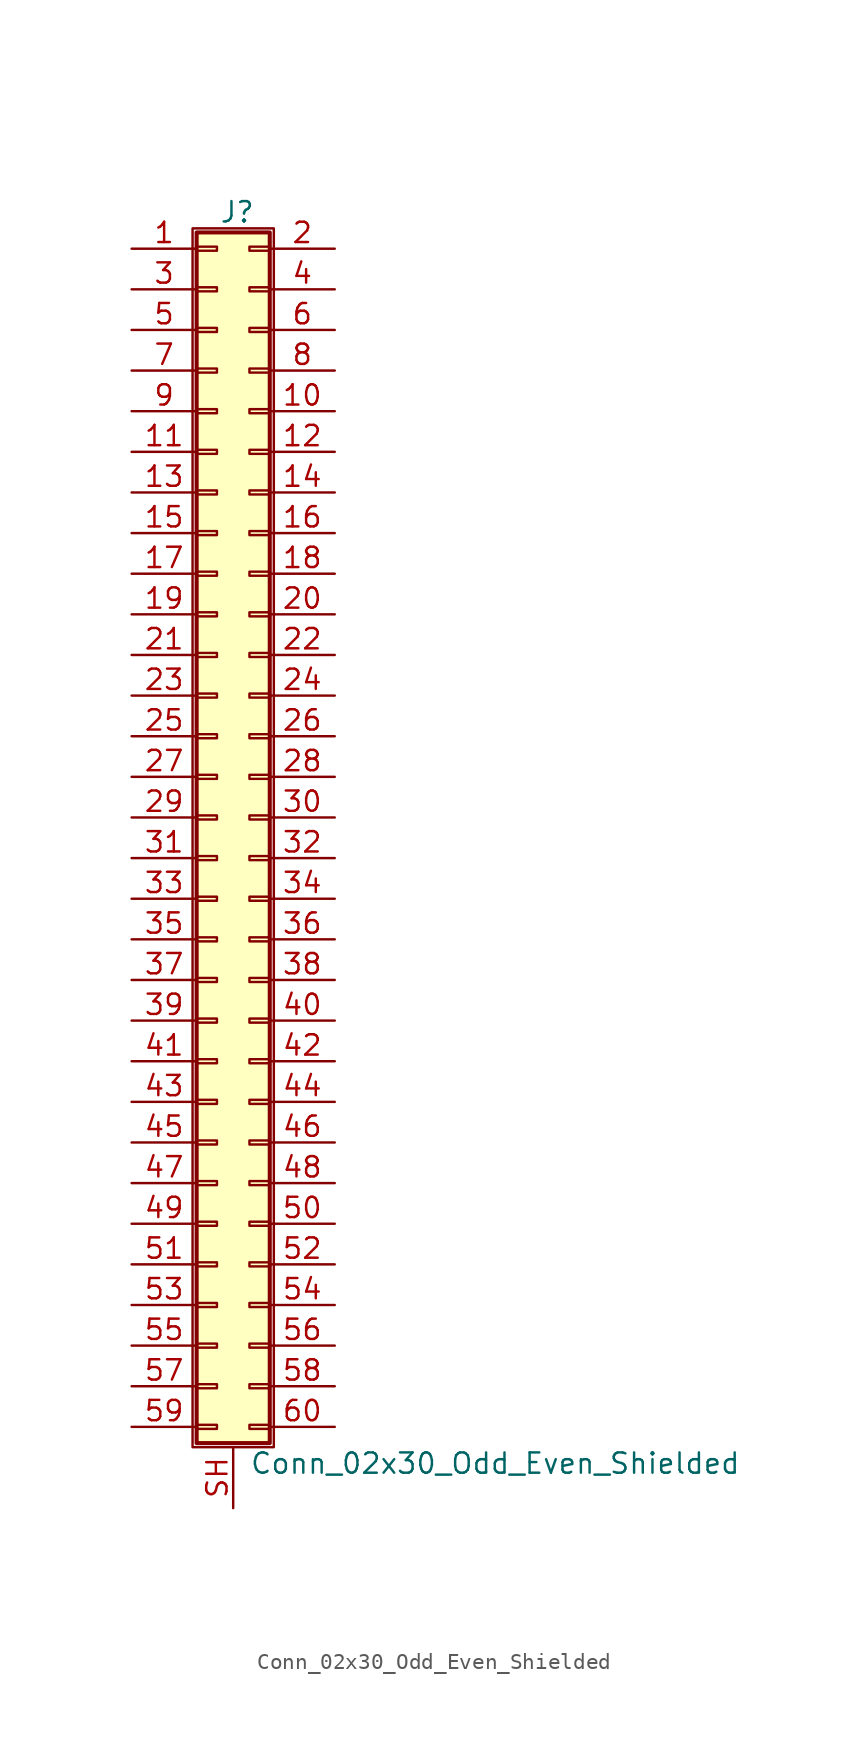
<source format=kicad_sym>
(kicad_symbol_lib
  (version 20201005)
  (generator kicad_symbol_editor)
  (symbol "Conn_02x30_Odd_Even_Shielded"
    (pin_names
      (offset 1.016) hide)
    (property "Reference" "J"
      (at 1.524 37.846 0)
      (effects (font (size 1.27 1.27))))
    (property "Value" "Conn_02x30_Odd_Even_Shielded"
      (at 2.286 -40.386 0)
      (effects (font (size 1.27 1.27)) (justify left)))
    (symbol "Conn_02x30_Odd_Even_Shielded_1_1"
      (rectangle (start -1.27 36.83) (end 3.81 -39.37) (stroke (width 0.152)) (fill (type none)))
      (rectangle (start -1.016 -37.973) (end 0.254 -38.227) (stroke (width 0.152)) (fill (type none)))
      (rectangle (start -1.016 -35.433) (end 0.254 -35.687) (stroke (width 0.152)) (fill (type none)))
      (rectangle (start -1.016 -32.893) (end 0.254 -33.147) (stroke (width 0.152)) (fill (type none)))
      (rectangle (start -1.016 -30.353) (end 0.254 -30.607) (stroke (width 0.152)) (fill (type none)))
      (rectangle (start -1.016 -27.813) (end 0.254 -28.067) (stroke (width 0.152)) (fill (type none)))
      (rectangle (start -1.016 -25.273) (end 0.254 -25.527) (stroke (width 0.152)) (fill (type none)))
      (rectangle (start -1.016 -22.733) (end 0.254 -22.987) (stroke (width 0.152)) (fill (type none)))
      (rectangle (start -1.016 -20.193) (end 0.254 -20.447) (stroke (width 0.152)) (fill (type none)))
      (rectangle (start -1.016 -17.653) (end 0.254 -17.907) (stroke (width 0.152)) (fill (type none)))
      (rectangle (start -1.016 -15.113) (end 0.254 -15.367) (stroke (width 0.152)) (fill (type none)))
      (rectangle (start -1.016 -12.573) (end 0.254 -12.827) (stroke (width 0.152)) (fill (type none)))
      (rectangle (start -1.016 -10.033) (end 0.254 -10.287) (stroke (width 0.152)) (fill (type none)))
      (rectangle (start -1.016 -7.493) (end 0.254 -7.747) (stroke (width 0.152)) (fill (type none)))
      (rectangle (start -1.016 -4.953) (end 0.254 -5.207) (stroke (width 0.152)) (fill (type none)))
      (rectangle (start -1.016 -2.413) (end 0.254 -2.667) (stroke (width 0.152)) (fill (type none)))
      (rectangle (start -1.016 0.127) (end 0.254 -0.127) (stroke (width 0.152)) (fill (type none)))
      (rectangle (start -1.016 2.667) (end 0.254 2.413) (stroke (width 0.152)) (fill (type none)))
      (rectangle (start -1.016 5.207) (end 0.254 4.953) (stroke (width 0.152)) (fill (type none)))
      (rectangle (start -1.016 7.747) (end 0.254 7.493) (stroke (width 0.152)) (fill (type none)))
      (rectangle (start -1.016 10.287) (end 0.254 10.033) (stroke (width 0.152)) (fill (type none)))
      (rectangle (start -1.016 12.827) (end 0.254 12.573) (stroke (width 0.152)) (fill (type none)))
      (rectangle (start -1.016 15.367) (end 0.254 15.113) (stroke (width 0.152)) (fill (type none)))
      (rectangle (start -1.016 17.907) (end 0.254 17.653) (stroke (width 0.152)) (fill (type none)))
      (rectangle (start -1.016 20.447) (end 0.254 20.193) (stroke (width 0.152)) (fill (type none)))
      (rectangle (start -1.016 22.987) (end 0.254 22.733) (stroke (width 0.152)) (fill (type none)))
      (rectangle (start -1.016 25.527) (end 0.254 25.273) (stroke (width 0.152)) (fill (type none)))
      (rectangle (start -1.016 28.067) (end 0.254 27.813) (stroke (width 0.152)) (fill (type none)))
      (rectangle (start -1.016 30.607) (end 0.254 30.353) (stroke (width 0.152)) (fill (type none)))
      (rectangle (start -1.016 33.147) (end 0.254 32.893) (stroke (width 0.152)) (fill (type none)))
      (rectangle (start -1.016 35.687) (end 0.254 35.433) (stroke (width 0.152)) (fill (type none)))
      (rectangle (start -1.016 36.576) (end 3.556 -39.116) (stroke (width 0.254)) (fill (type background)))
      (rectangle (start 3.556 -37.973) (end 2.286 -38.227) (stroke (width 0.152)) (fill (type none)))
      (rectangle (start 3.556 -35.433) (end 2.286 -35.687) (stroke (width 0.152)) (fill (type none)))
      (rectangle (start 3.556 -32.893) (end 2.286 -33.147) (stroke (width 0.152)) (fill (type none)))
      (rectangle (start 3.556 -30.353) (end 2.286 -30.607) (stroke (width 0.152)) (fill (type none)))
      (rectangle (start 3.556 -27.813) (end 2.286 -28.067) (stroke (width 0.152)) (fill (type none)))
      (rectangle (start 3.556 -25.273) (end 2.286 -25.527) (stroke (width 0.152)) (fill (type none)))
      (rectangle (start 3.556 -22.733) (end 2.286 -22.987) (stroke (width 0.152)) (fill (type none)))
      (rectangle (start 3.556 -20.193) (end 2.286 -20.447) (stroke (width 0.152)) (fill (type none)))
      (rectangle (start 3.556 -17.653) (end 2.286 -17.907) (stroke (width 0.152)) (fill (type none)))
      (rectangle (start 3.556 -15.113) (end 2.286 -15.367) (stroke (width 0.152)) (fill (type none)))
      (rectangle (start 3.556 -12.573) (end 2.286 -12.827) (stroke (width 0.152)) (fill (type none)))
      (rectangle (start 3.556 -10.033) (end 2.286 -10.287) (stroke (width 0.152)) (fill (type none)))
      (rectangle (start 3.556 -7.493) (end 2.286 -7.747) (stroke (width 0.152)) (fill (type none)))
      (rectangle (start 3.556 -4.953) (end 2.286 -5.207) (stroke (width 0.152)) (fill (type none)))
      (rectangle (start 3.556 -2.413) (end 2.286 -2.667) (stroke (width 0.152)) (fill (type none)))
      (rectangle (start 3.556 0.127) (end 2.286 -0.127) (stroke (width 0.152)) (fill (type none)))
      (rectangle (start 3.556 2.667) (end 2.286 2.413) (stroke (width 0.152)) (fill (type none)))
      (rectangle (start 3.556 5.207) (end 2.286 4.953) (stroke (width 0.152)) (fill (type none)))
      (rectangle (start 3.556 7.747) (end 2.286 7.493) (stroke (width 0.152)) (fill (type none)))
      (rectangle (start 3.556 10.287) (end 2.286 10.033) (stroke (width 0.152)) (fill (type none)))
      (rectangle (start 3.556 12.827) (end 2.286 12.573) (stroke (width 0.152)) (fill (type none)))
      (rectangle (start 3.556 15.367) (end 2.286 15.113) (stroke (width 0.152)) (fill (type none)))
      (rectangle (start 3.556 17.907) (end 2.286 17.653) (stroke (width 0.152)) (fill (type none)))
      (rectangle (start 3.556 20.447) (end 2.286 20.193) (stroke (width 0.152)) (fill (type none)))
      (rectangle (start 3.556 22.987) (end 2.286 22.733) (stroke (width 0.152)) (fill (type none)))
      (rectangle (start 3.556 25.527) (end 2.286 25.273) (stroke (width 0.152)) (fill (type none)))
      (rectangle (start 3.556 28.067) (end 2.286 27.813) (stroke (width 0.152)) (fill (type none)))
      (rectangle (start 3.556 30.607) (end 2.286 30.353) (stroke (width 0.152)) (fill (type none)))
      (rectangle (start 3.556 33.147) (end 2.286 32.893) (stroke (width 0.152)) (fill (type none)))
      (rectangle (start 3.556 35.687) (end 2.286 35.433) (stroke (width 0.152)) (fill (type none)))
      (pin passive line (at -5.08 35.56 0) (length 4.064) (name "Pin_1" (effects (font (size 1.27 1.27)))) (number "1" (effects (font (size 1.27 1.27)))))
      (pin passive line (at 7.62 25.4 180) (length 4.064) (name "Pin_10" (effects (font (size 1.27 1.27)))) (number "10" (effects (font (size 1.27 1.27)))))
      (pin passive line (at -5.08 22.86 0) (length 4.064) (name "Pin_11" (effects (font (size 1.27 1.27)))) (number "11" (effects (font (size 1.27 1.27)))))
      (pin passive line (at 7.62 22.86 180) (length 4.064) (name "Pin_12" (effects (font (size 1.27 1.27)))) (number "12" (effects (font (size 1.27 1.27)))))
      (pin passive line (at -5.08 20.32 0) (length 4.064) (name "Pin_13" (effects (font (size 1.27 1.27)))) (number "13" (effects (font (size 1.27 1.27)))))
      (pin passive line (at 7.62 20.32 180) (length 4.064) (name "Pin_14" (effects (font (size 1.27 1.27)))) (number "14" (effects (font (size 1.27 1.27)))))
      (pin passive line (at -5.08 17.78 0) (length 4.064) (name "Pin_15" (effects (font (size 1.27 1.27)))) (number "15" (effects (font (size 1.27 1.27)))))
      (pin passive line (at 7.62 17.78 180) (length 4.064) (name "Pin_16" (effects (font (size 1.27 1.27)))) (number "16" (effects (font (size 1.27 1.27)))))
      (pin passive line (at -5.08 15.24 0) (length 4.064) (name "Pin_17" (effects (font (size 1.27 1.27)))) (number "17" (effects (font (size 1.27 1.27)))))
      (pin passive line (at 7.62 15.24 180) (length 4.064) (name "Pin_18" (effects (font (size 1.27 1.27)))) (number "18" (effects (font (size 1.27 1.27)))))
      (pin passive line (at -5.08 12.7 0) (length 4.064) (name "Pin_19" (effects (font (size 1.27 1.27)))) (number "19" (effects (font (size 1.27 1.27)))))
      (pin passive line (at 7.62 35.56 180) (length 4.064) (name "Pin_2" (effects (font (size 1.27 1.27)))) (number "2" (effects (font (size 1.27 1.27)))))
      (pin passive line (at 7.62 12.7 180) (length 4.064) (name "Pin_20" (effects (font (size 1.27 1.27)))) (number "20" (effects (font (size 1.27 1.27)))))
      (pin passive line (at -5.08 10.16 0) (length 4.064) (name "Pin_21" (effects (font (size 1.27 1.27)))) (number "21" (effects (font (size 1.27 1.27)))))
      (pin passive line (at 7.62 10.16 180) (length 4.064) (name "Pin_22" (effects (font (size 1.27 1.27)))) (number "22" (effects (font (size 1.27 1.27)))))
      (pin passive line (at -5.08 7.62 0) (length 4.064) (name "Pin_23" (effects (font (size 1.27 1.27)))) (number "23" (effects (font (size 1.27 1.27)))))
      (pin passive line (at 7.62 7.62 180) (length 4.064) (name "Pin_24" (effects (font (size 1.27 1.27)))) (number "24" (effects (font (size 1.27 1.27)))))
      (pin passive line (at -5.08 5.08 0) (length 4.064) (name "Pin_25" (effects (font (size 1.27 1.27)))) (number "25" (effects (font (size 1.27 1.27)))))
      (pin passive line (at 7.62 5.08 180) (length 4.064) (name "Pin_26" (effects (font (size 1.27 1.27)))) (number "26" (effects (font (size 1.27 1.27)))))
      (pin passive line (at -5.08 2.54 0) (length 4.064) (name "Pin_27" (effects (font (size 1.27 1.27)))) (number "27" (effects (font (size 1.27 1.27)))))
      (pin passive line (at 7.62 2.54 180) (length 4.064) (name "Pin_28" (effects (font (size 1.27 1.27)))) (number "28" (effects (font (size 1.27 1.27)))))
      (pin passive line (at -5.08 0 0) (length 4.064) (name "Pin_29" (effects (font (size 1.27 1.27)))) (number "29" (effects (font (size 1.27 1.27)))))
      (pin passive line (at -5.08 33.02 0) (length 4.064) (name "Pin_3" (effects (font (size 1.27 1.27)))) (number "3" (effects (font (size 1.27 1.27)))))
      (pin passive line (at 7.62 0 180) (length 4.064) (name "Pin_30" (effects (font (size 1.27 1.27)))) (number "30" (effects (font (size 1.27 1.27)))))
      (pin passive line (at -5.08 -2.54 0) (length 4.064) (name "Pin_31" (effects (font (size 1.27 1.27)))) (number "31" (effects (font (size 1.27 1.27)))))
      (pin passive line (at 7.62 -2.54 180) (length 4.064) (name "Pin_32" (effects (font (size 1.27 1.27)))) (number "32" (effects (font (size 1.27 1.27)))))
      (pin passive line (at -5.08 -5.08 0) (length 4.064) (name "Pin_33" (effects (font (size 1.27 1.27)))) (number "33" (effects (font (size 1.27 1.27)))))
      (pin passive line (at 7.62 -5.08 180) (length 4.064) (name "Pin_34" (effects (font (size 1.27 1.27)))) (number "34" (effects (font (size 1.27 1.27)))))
      (pin passive line (at -5.08 -7.62 0) (length 4.064) (name "Pin_35" (effects (font (size 1.27 1.27)))) (number "35" (effects (font (size 1.27 1.27)))))
      (pin passive line (at 7.62 -7.62 180) (length 4.064) (name "Pin_36" (effects (font (size 1.27 1.27)))) (number "36" (effects (font (size 1.27 1.27)))))
      (pin passive line (at -5.08 -10.16 0) (length 4.064) (name "Pin_37" (effects (font (size 1.27 1.27)))) (number "37" (effects (font (size 1.27 1.27)))))
      (pin passive line (at 7.62 -10.16 180) (length 4.064) (name "Pin_38" (effects (font (size 1.27 1.27)))) (number "38" (effects (font (size 1.27 1.27)))))
      (pin passive line (at -5.08 -12.7 0) (length 4.064) (name "Pin_39" (effects (font (size 1.27 1.27)))) (number "39" (effects (font (size 1.27 1.27)))))
      (pin passive line (at 7.62 33.02 180) (length 4.064) (name "Pin_4" (effects (font (size 1.27 1.27)))) (number "4" (effects (font (size 1.27 1.27)))))
      (pin passive line (at 7.62 -12.7 180) (length 4.064) (name "Pin_40" (effects (font (size 1.27 1.27)))) (number "40" (effects (font (size 1.27 1.27)))))
      (pin passive line (at -5.08 -15.24 0) (length 4.064) (name "Pin_41" (effects (font (size 1.27 1.27)))) (number "41" (effects (font (size 1.27 1.27)))))
      (pin passive line (at 7.62 -15.24 180) (length 4.064) (name "Pin_42" (effects (font (size 1.27 1.27)))) (number "42" (effects (font (size 1.27 1.27)))))
      (pin passive line (at -5.08 -17.78 0) (length 4.064) (name "Pin_43" (effects (font (size 1.27 1.27)))) (number "43" (effects (font (size 1.27 1.27)))))
      (pin passive line (at 7.62 -17.78 180) (length 4.064) (name "Pin_44" (effects (font (size 1.27 1.27)))) (number "44" (effects (font (size 1.27 1.27)))))
      (pin passive line (at -5.08 -20.32 0) (length 4.064) (name "Pin_45" (effects (font (size 1.27 1.27)))) (number "45" (effects (font (size 1.27 1.27)))))
      (pin passive line (at 7.62 -20.32 180) (length 4.064) (name "Pin_46" (effects (font (size 1.27 1.27)))) (number "46" (effects (font (size 1.27 1.27)))))
      (pin passive line (at -5.08 -22.86 0) (length 4.064) (name "Pin_47" (effects (font (size 1.27 1.27)))) (number "47" (effects (font (size 1.27 1.27)))))
      (pin passive line (at 7.62 -22.86 180) (length 4.064) (name "Pin_48" (effects (font (size 1.27 1.27)))) (number "48" (effects (font (size 1.27 1.27)))))
      (pin passive line (at -5.08 -25.4 0) (length 4.064) (name "Pin_49" (effects (font (size 1.27 1.27)))) (number "49" (effects (font (size 1.27 1.27)))))
      (pin passive line (at -5.08 30.48 0) (length 4.064) (name "Pin_5" (effects (font (size 1.27 1.27)))) (number "5" (effects (font (size 1.27 1.27)))))
      (pin passive line (at 7.62 -25.4 180) (length 4.064) (name "Pin_50" (effects (font (size 1.27 1.27)))) (number "50" (effects (font (size 1.27 1.27)))))
      (pin passive line (at -5.08 -27.94 0) (length 4.064) (name "Pin_51" (effects (font (size 1.27 1.27)))) (number "51" (effects (font (size 1.27 1.27)))))
      (pin passive line (at 7.62 -27.94 180) (length 4.064) (name "Pin_52" (effects (font (size 1.27 1.27)))) (number "52" (effects (font (size 1.27 1.27)))))
      (pin passive line (at -5.08 -30.48 0) (length 4.064) (name "Pin_53" (effects (font (size 1.27 1.27)))) (number "53" (effects (font (size 1.27 1.27)))))
      (pin passive line (at 7.62 -30.48 180) (length 4.064) (name "Pin_54" (effects (font (size 1.27 1.27)))) (number "54" (effects (font (size 1.27 1.27)))))
      (pin passive line (at -5.08 -33.02 0) (length 4.064) (name "Pin_55" (effects (font (size 1.27 1.27)))) (number "55" (effects (font (size 1.27 1.27)))))
      (pin passive line (at 7.62 -33.02 180) (length 4.064) (name "Pin_56" (effects (font (size 1.27 1.27)))) (number "56" (effects (font (size 1.27 1.27)))))
      (pin passive line (at -5.08 -35.56 0) (length 4.064) (name "Pin_57" (effects (font (size 1.27 1.27)))) (number "57" (effects (font (size 1.27 1.27)))))
      (pin passive line (at 7.62 -35.56 180) (length 4.064) (name "Pin_58" (effects (font (size 1.27 1.27)))) (number "58" (effects (font (size 1.27 1.27)))))
      (pin passive line (at -5.08 -38.1 0) (length 4.064) (name "Pin_59" (effects (font (size 1.27 1.27)))) (number "59" (effects (font (size 1.27 1.27)))))
      (pin passive line (at 7.62 30.48 180) (length 4.064) (name "Pin_6" (effects (font (size 1.27 1.27)))) (number "6" (effects (font (size 1.27 1.27)))))
      (pin passive line (at 7.62 -38.1 180) (length 4.064) (name "Pin_60" (effects (font (size 1.27 1.27)))) (number "60" (effects (font (size 1.27 1.27)))))
      (pin passive line (at -5.08 27.94 0) (length 4.064) (name "Pin_7" (effects (font (size 1.27 1.27)))) (number "7" (effects (font (size 1.27 1.27)))))
      (pin passive line (at 7.62 27.94 180) (length 4.064) (name "Pin_8" (effects (font (size 1.27 1.27)))) (number "8" (effects (font (size 1.27 1.27)))))
      (pin passive line (at -5.08 25.4 0) (length 4.064) (name "Pin_9" (effects (font (size 1.27 1.27)))) (number "9" (effects (font (size 1.27 1.27)))))
      (pin passive line (at 1.27 -43.18 90) (length 3.81) (name "Shield" (effects (font (size 1.27 1.27)))) (number "SH" (effects (font (size 1.27 1.27))))))))
</source>
